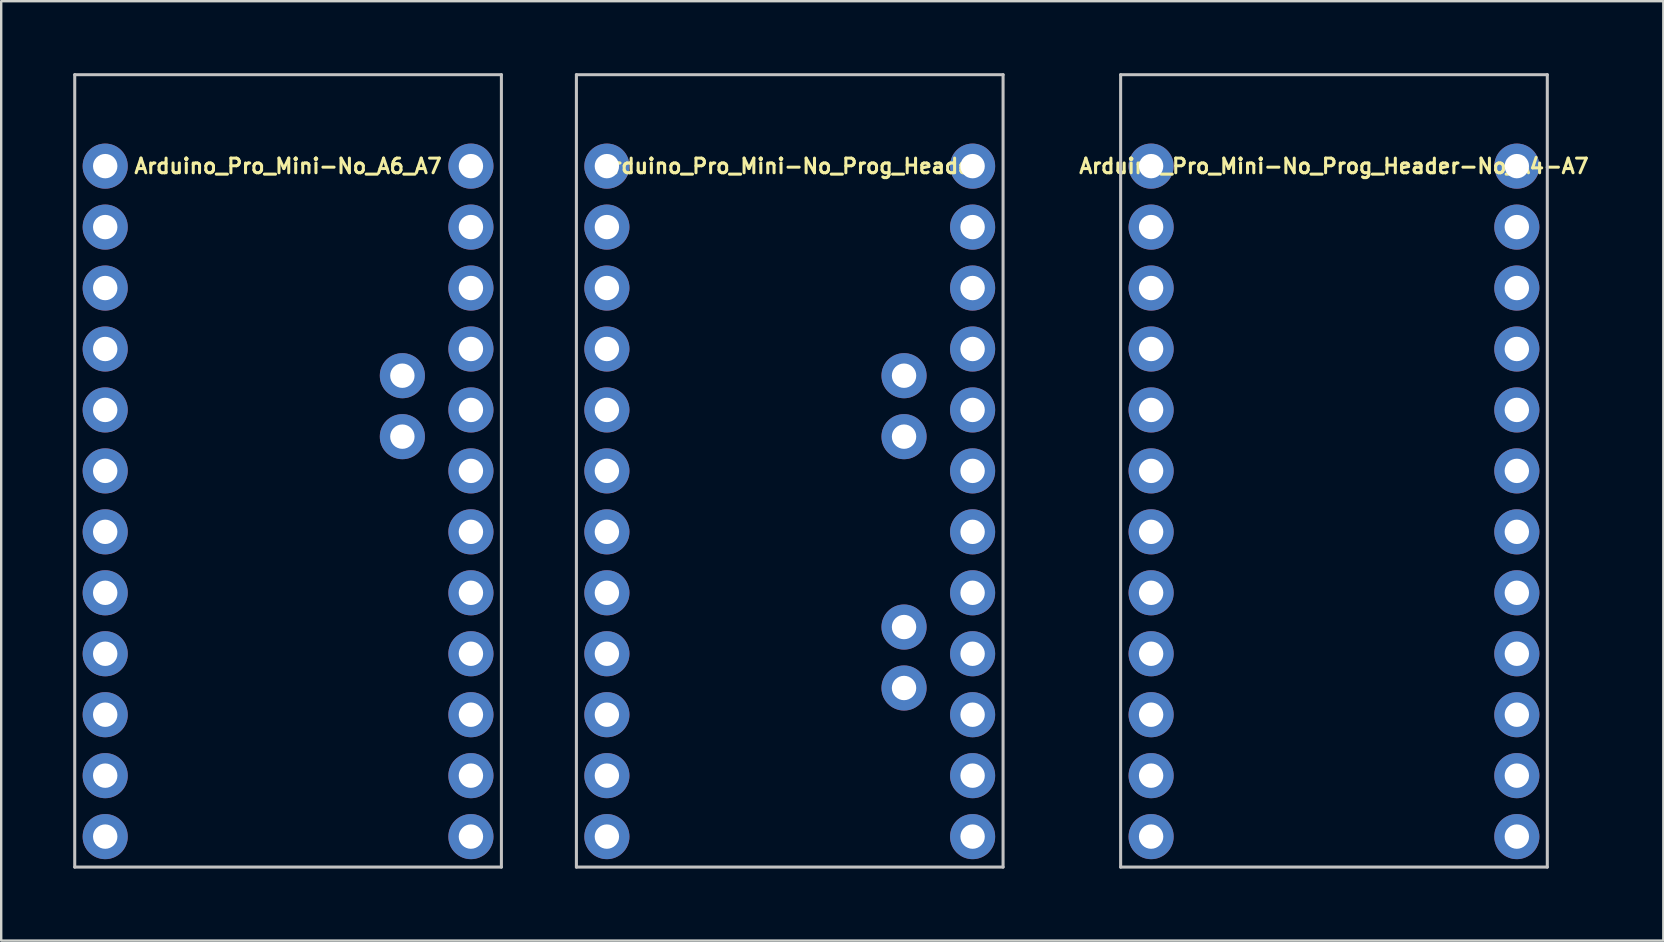
<source format=kicad_pcb>
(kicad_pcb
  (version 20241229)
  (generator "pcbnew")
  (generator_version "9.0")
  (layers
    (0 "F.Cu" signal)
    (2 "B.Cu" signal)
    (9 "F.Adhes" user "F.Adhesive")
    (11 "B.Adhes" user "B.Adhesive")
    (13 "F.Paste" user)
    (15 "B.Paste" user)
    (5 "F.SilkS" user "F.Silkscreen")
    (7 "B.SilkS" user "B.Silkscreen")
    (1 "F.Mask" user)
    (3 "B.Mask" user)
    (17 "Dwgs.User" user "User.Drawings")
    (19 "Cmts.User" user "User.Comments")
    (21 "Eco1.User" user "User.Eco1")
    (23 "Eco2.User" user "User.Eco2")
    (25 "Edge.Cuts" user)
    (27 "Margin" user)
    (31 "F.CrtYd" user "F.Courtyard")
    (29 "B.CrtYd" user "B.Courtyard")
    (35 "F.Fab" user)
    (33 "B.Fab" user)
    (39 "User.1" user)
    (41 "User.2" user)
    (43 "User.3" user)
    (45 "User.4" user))
  (footprint "Arduino_Pro_Mini-No_Prog_Header-No_A4-A7"
    (layer "F.Cu")
    (at 52.539 16.573)
    (property "Reference" "Arduino_Pro_Mini-No_Prog_Header-No_A4-A7" (at 0 -12.7 0) (layer "F.SilkS") (effects (font (size 0.61 0.61) (thickness 0.127))))
    (attr exclude_from_pos_files exclude_from_bom)
    (fp_line (start -8.89 -16.51) (end -8.89 16.51) (stroke (width 0.127) (type solid)) (layer "Dwgs.User"))
    (fp_line (start -8.89 16.51) (end 8.89 16.51) (stroke (width 0.127) (type solid)) (layer "Dwgs.User"))
    (fp_line (start 8.89 -16.51) (end -8.89 -16.51) (stroke (width 0.127) (type solid)) (layer "Dwgs.User"))
    (fp_line (start 8.89 16.51) (end 8.89 -16.51) (stroke (width 0.127) (type solid)) (layer "Dwgs.User"))
    (pad "1" thru_hole circle (at -7.62 -12.7) (size 1.88 1.88) (drill 1.016) (layers "*.Cu" "*.Mask"))
    (pad "2" thru_hole circle (at -7.62 -10.16) (size 1.88 1.88) (drill 1.016) (layers "*.Cu" "*.Mask"))
    (pad "3" thru_hole circle (at -7.62 -7.62) (size 1.88 1.88) (drill 1.016) (layers "*.Cu" "*.Mask"))
    (pad "4" thru_hole circle (at -7.62 -5.08) (size 1.88 1.88) (drill 1.016) (layers "*.Cu" "*.Mask"))
    (pad "5" thru_hole circle (at -7.62 -2.54) (size 1.88 1.88) (drill 1.016) (layers "*.Cu" "*.Mask"))
    (pad "6" thru_hole circle (at -7.62 0) (size 1.88 1.88) (drill 1.016) (layers "*.Cu" "*.Mask"))
    (pad "7" thru_hole circle (at -7.62 2.54) (size 1.88 1.88) (drill 1.016) (layers "*.Cu" "*.Mask"))
    (pad "8" thru_hole circle (at -7.62 5.08) (size 1.88 1.88) (drill 1.016) (layers "*.Cu" "*.Mask"))
    (pad "9" thru_hole circle (at -7.62 7.62) (size 1.88 1.88) (drill 1.016) (layers "*.Cu" "*.Mask"))
    (pad "10" thru_hole circle (at -7.62 10.16) (size 1.88 1.88) (drill 1.016) (layers "*.Cu" "*.Mask"))
    (pad "11" thru_hole circle (at -7.62 12.7) (size 1.88 1.88) (drill 1.016) (layers "*.Cu" "*.Mask"))
    (pad "12" thru_hole circle (at -7.62 15.24) (size 1.88 1.88) (drill 1.016) (layers "*.Cu" "*.Mask"))
    (pad "13" thru_hole circle (at 7.62 15.24) (size 1.88 1.88) (drill 1.016) (layers "*.Cu" "*.Mask"))
    (pad "14" thru_hole circle (at 7.62 12.7) (size 1.88 1.88) (drill 1.016) (layers "*.Cu" "*.Mask"))
    (pad "15" thru_hole circle (at 7.62 10.16) (size 1.88 1.88) (drill 1.016) (layers "*.Cu" "*.Mask"))
    (pad "16" thru_hole circle (at 7.62 7.62) (size 1.88 1.88) (drill 1.016) (layers "*.Cu" "*.Mask"))
    (pad "17" thru_hole circle (at 7.62 5.08) (size 1.88 1.88) (drill 1.016) (layers "*.Cu" "*.Mask"))
    (pad "18" thru_hole circle (at 7.62 2.54) (size 1.88 1.88) (drill 1.016) (layers "*.Cu" "*.Mask"))
    (pad "19" thru_hole circle (at 7.62 0) (size 1.88 1.88) (drill 1.016) (layers "*.Cu" "*.Mask"))
    (pad "20" thru_hole circle (at 7.62 -2.54) (size 1.88 1.88) (drill 1.016) (layers "*.Cu" "*.Mask"))
    (pad "21" thru_hole circle (at 7.62 -5.08) (size 1.88 1.88) (drill 1.016) (layers "*.Cu" "*.Mask"))
    (pad "22" thru_hole circle (at 7.62 -7.62) (size 1.88 1.88) (drill 1.016) (layers "*.Cu" "*.Mask"))
    (pad "23" thru_hole circle (at 7.62 -10.16) (size 1.88 1.88) (drill 1.016) (layers "*.Cu" "*.Mask"))
    (pad "24" thru_hole circle (at 7.62 -12.7) (size 1.88 1.88) (drill 1.016) (layers "*.Cu" "*.Mask")))
  (footprint "Arduino_Pro_Mini-No_Prog_Header"
    (layer "F.Cu")
    (at 29.86 16.573)
    (property "Reference" "Arduino_Pro_Mini-No_Prog_Header" (at 0 -12.7 0) (layer "F.SilkS") (effects (font (size 0.61 0.61) (thickness 0.127))))
    (attr exclude_from_pos_files exclude_from_bom)
    (fp_line (start -8.89 -16.51) (end -8.89 16.51) (stroke (width 0.127) (type solid)) (layer "Dwgs.User"))
    (fp_line (start -8.89 16.51) (end 8.89 16.51) (stroke (width 0.127) (type solid)) (layer "Dwgs.User"))
    (fp_line (start 8.89 -16.51) (end -8.89 -16.51) (stroke (width 0.127) (type solid)) (layer "Dwgs.User"))
    (fp_line (start 8.89 16.51) (end 8.89 -16.51) (stroke (width 0.127) (type solid)) (layer "Dwgs.User"))
    (pad "1" thru_hole circle (at -7.62 -12.7) (size 1.88 1.88) (drill 1.016) (layers "*.Cu" "*.Mask"))
    (pad "2" thru_hole circle (at -7.62 -10.16) (size 1.88 1.88) (drill 1.016) (layers "*.Cu" "*.Mask"))
    (pad "3" thru_hole circle (at -7.62 -7.62) (size 1.88 1.88) (drill 1.016) (layers "*.Cu" "*.Mask"))
    (pad "4" thru_hole circle (at -7.62 -5.08) (size 1.88 1.88) (drill 1.016) (layers "*.Cu" "*.Mask"))
    (pad "5" thru_hole circle (at -7.62 -2.54) (size 1.88 1.88) (drill 1.016) (layers "*.Cu" "*.Mask"))
    (pad "6" thru_hole circle (at -7.62 0) (size 1.88 1.88) (drill 1.016) (layers "*.Cu" "*.Mask"))
    (pad "7" thru_hole circle (at -7.62 2.54) (size 1.88 1.88) (drill 1.016) (layers "*.Cu" "*.Mask"))
    (pad "8" thru_hole circle (at -7.62 5.08) (size 1.88 1.88) (drill 1.016) (layers "*.Cu" "*.Mask"))
    (pad "9" thru_hole circle (at -7.62 7.62) (size 1.88 1.88) (drill 1.016) (layers "*.Cu" "*.Mask"))
    (pad "10" thru_hole circle (at -7.62 10.16) (size 1.88 1.88) (drill 1.016) (layers "*.Cu" "*.Mask"))
    (pad "11" thru_hole circle (at -7.62 12.7) (size 1.88 1.88) (drill 1.016) (layers "*.Cu" "*.Mask"))
    (pad "12" thru_hole circle (at -7.62 15.24) (size 1.88 1.88) (drill 1.016) (layers "*.Cu" "*.Mask"))
    (pad "13" thru_hole circle (at 7.62 15.24) (size 1.88 1.88) (drill 1.016) (layers "*.Cu" "*.Mask"))
    (pad "14" thru_hole circle (at 7.62 12.7) (size 1.88 1.88) (drill 1.016) (layers "*.Cu" "*.Mask"))
    (pad "15" thru_hole circle (at 7.62 10.16) (size 1.88 1.88) (drill 1.016) (layers "*.Cu" "*.Mask"))
    (pad "16" thru_hole circle (at 7.62 7.62) (size 1.88 1.88) (drill 1.016) (layers "*.Cu" "*.Mask"))
    (pad "17" thru_hole circle (at 7.62 5.08) (size 1.88 1.88) (drill 1.016) (layers "*.Cu" "*.Mask"))
    (pad "18" thru_hole circle (at 7.62 2.54) (size 1.88 1.88) (drill 1.016) (layers "*.Cu" "*.Mask"))
    (pad "19" thru_hole circle (at 7.62 0) (size 1.88 1.88) (drill 1.016) (layers "*.Cu" "*.Mask"))
    (pad "20" thru_hole circle (at 7.62 -2.54) (size 1.88 1.88) (drill 1.016) (layers "*.Cu" "*.Mask"))
    (pad "21" thru_hole circle (at 7.62 -5.08) (size 1.88 1.88) (drill 1.016) (layers "*.Cu" "*.Mask"))
    (pad "22" thru_hole circle (at 7.62 -7.62) (size 1.88 1.88) (drill 1.016) (layers "*.Cu" "*.Mask"))
    (pad "23" thru_hole circle (at 7.62 -10.16) (size 1.88 1.88) (drill 1.016) (layers "*.Cu" "*.Mask"))
    (pad "24" thru_hole circle (at 7.62 -12.7) (size 1.88 1.88) (drill 1.016) (layers "*.Cu" "*.Mask"))
    (pad "A4" thru_hole circle (at 4.763 -1.427) (size 1.88 1.88) (drill 1.016) (layers "*.Cu" "*.Mask"))
    (pad "A5" thru_hole circle (at 4.763 -3.967) (size 1.88 1.88) (drill 1.016) (layers "*.Cu" "*.Mask"))
    (pad "A6" thru_hole circle (at 4.763 9.047) (size 1.88 1.88) (drill 1.016) (layers "*.Cu" "*.Mask"))
    (pad "A7" thru_hole circle (at 4.763 6.507) (size 1.88 1.88) (drill 1.016) (layers "*.Cu" "*.Mask")))
  (footprint "Arduino_Pro_Mini-No_A6_A7"
    (layer "F.Cu")
    (at 8.954 16.573)
    (property "Reference" "Arduino_Pro_Mini-No_A6_A7" (at 0 -12.7 0) (layer "F.SilkS") (effects (font (size 0.61 0.61) (thickness 0.127))))
    (attr exclude_from_pos_files exclude_from_bom)
    (fp_line (start -8.89 -16.51) (end -8.89 16.51) (stroke (width 0.127) (type solid)) (layer "Dwgs.User"))
    (fp_line (start -8.89 16.51) (end 8.89 16.51) (stroke (width 0.127) (type solid)) (layer "Dwgs.User"))
    (fp_line (start 8.89 -16.51) (end -8.89 -16.51) (stroke (width 0.127) (type solid)) (layer "Dwgs.User"))
    (fp_line (start 8.89 16.51) (end 8.89 -16.51) (stroke (width 0.127) (type solid)) (layer "Dwgs.User"))
    (pad "1" thru_hole circle (at -7.62 -12.7) (size 1.88 1.88) (drill 1.016) (layers "*.Cu" "*.Mask"))
    (pad "2" thru_hole circle (at -7.62 -10.16) (size 1.88 1.88) (drill 1.016) (layers "*.Cu" "*.Mask"))
    (pad "3" thru_hole circle (at -7.62 -7.62) (size 1.88 1.88) (drill 1.016) (layers "*.Cu" "*.Mask"))
    (pad "4" thru_hole circle (at -7.62 -5.08) (size 1.88 1.88) (drill 1.016) (layers "*.Cu" "*.Mask"))
    (pad "5" thru_hole circle (at -7.62 -2.54) (size 1.88 1.88) (drill 1.016) (layers "*.Cu" "*.Mask"))
    (pad "6" thru_hole circle (at -7.62 0) (size 1.88 1.88) (drill 1.016) (layers "*.Cu" "*.Mask"))
    (pad "7" thru_hole circle (at -7.62 2.54) (size 1.88 1.88) (drill 1.016) (layers "*.Cu" "*.Mask"))
    (pad "8" thru_hole circle (at -7.62 5.08) (size 1.88 1.88) (drill 1.016) (layers "*.Cu" "*.Mask"))
    (pad "9" thru_hole circle (at -7.62 7.62) (size 1.88 1.88) (drill 1.016) (layers "*.Cu" "*.Mask"))
    (pad "10" thru_hole circle (at -7.62 10.16) (size 1.88 1.88) (drill 1.016) (layers "*.Cu" "*.Mask"))
    (pad "11" thru_hole circle (at -7.62 12.7) (size 1.88 1.88) (drill 1.016) (layers "*.Cu" "*.Mask"))
    (pad "12" thru_hole circle (at -7.62 15.24) (size 1.88 1.88) (drill 1.016) (layers "*.Cu" "*.Mask"))
    (pad "13" thru_hole circle (at 7.62 15.24) (size 1.88 1.88) (drill 1.016) (layers "*.Cu" "*.Mask"))
    (pad "14" thru_hole circle (at 7.62 12.7) (size 1.88 1.88) (drill 1.016) (layers "*.Cu" "*.Mask"))
    (pad "15" thru_hole circle (at 7.62 10.16) (size 1.88 1.88) (drill 1.016) (layers "*.Cu" "*.Mask"))
    (pad "16" thru_hole circle (at 7.62 7.62) (size 1.88 1.88) (drill 1.016) (layers "*.Cu" "*.Mask"))
    (pad "17" thru_hole circle (at 7.62 5.08) (size 1.88 1.88) (drill 1.016) (layers "*.Cu" "*.Mask"))
    (pad "18" thru_hole circle (at 7.62 2.54) (size 1.88 1.88) (drill 1.016) (layers "*.Cu" "*.Mask"))
    (pad "19" thru_hole circle (at 7.62 0) (size 1.88 1.88) (drill 1.016) (layers "*.Cu" "*.Mask"))
    (pad "20" thru_hole circle (at 7.62 -2.54) (size 1.88 1.88) (drill 1.016) (layers "*.Cu" "*.Mask"))
    (pad "21" thru_hole circle (at 7.62 -5.08) (size 1.88 1.88) (drill 1.016) (layers "*.Cu" "*.Mask"))
    (pad "22" thru_hole circle (at 7.62 -7.62) (size 1.88 1.88) (drill 1.016) (layers "*.Cu" "*.Mask"))
    (pad "23" thru_hole circle (at 7.62 -10.16) (size 1.88 1.88) (drill 1.016) (layers "*.Cu" "*.Mask"))
    (pad "24" thru_hole circle (at 7.62 -12.7) (size 1.88 1.88) (drill 1.016) (layers "*.Cu" "*.Mask"))
    (pad "A4" thru_hole circle (at 4.763 -1.427) (size 1.88 1.88) (drill 1.016) (layers "*.Cu" "*.Mask"))
    (pad "A5" thru_hole circle (at 4.763 -3.967) (size 1.88 1.88) (drill 1.016) (layers "*.Cu" "*.Mask")))
  (gr_rect
    (start -3 -3)
    (end 66.264 36.147)
    (stroke (width 0.1) (type default))
    (fill no)
    (layer "Edge.Cuts")))
</source>
